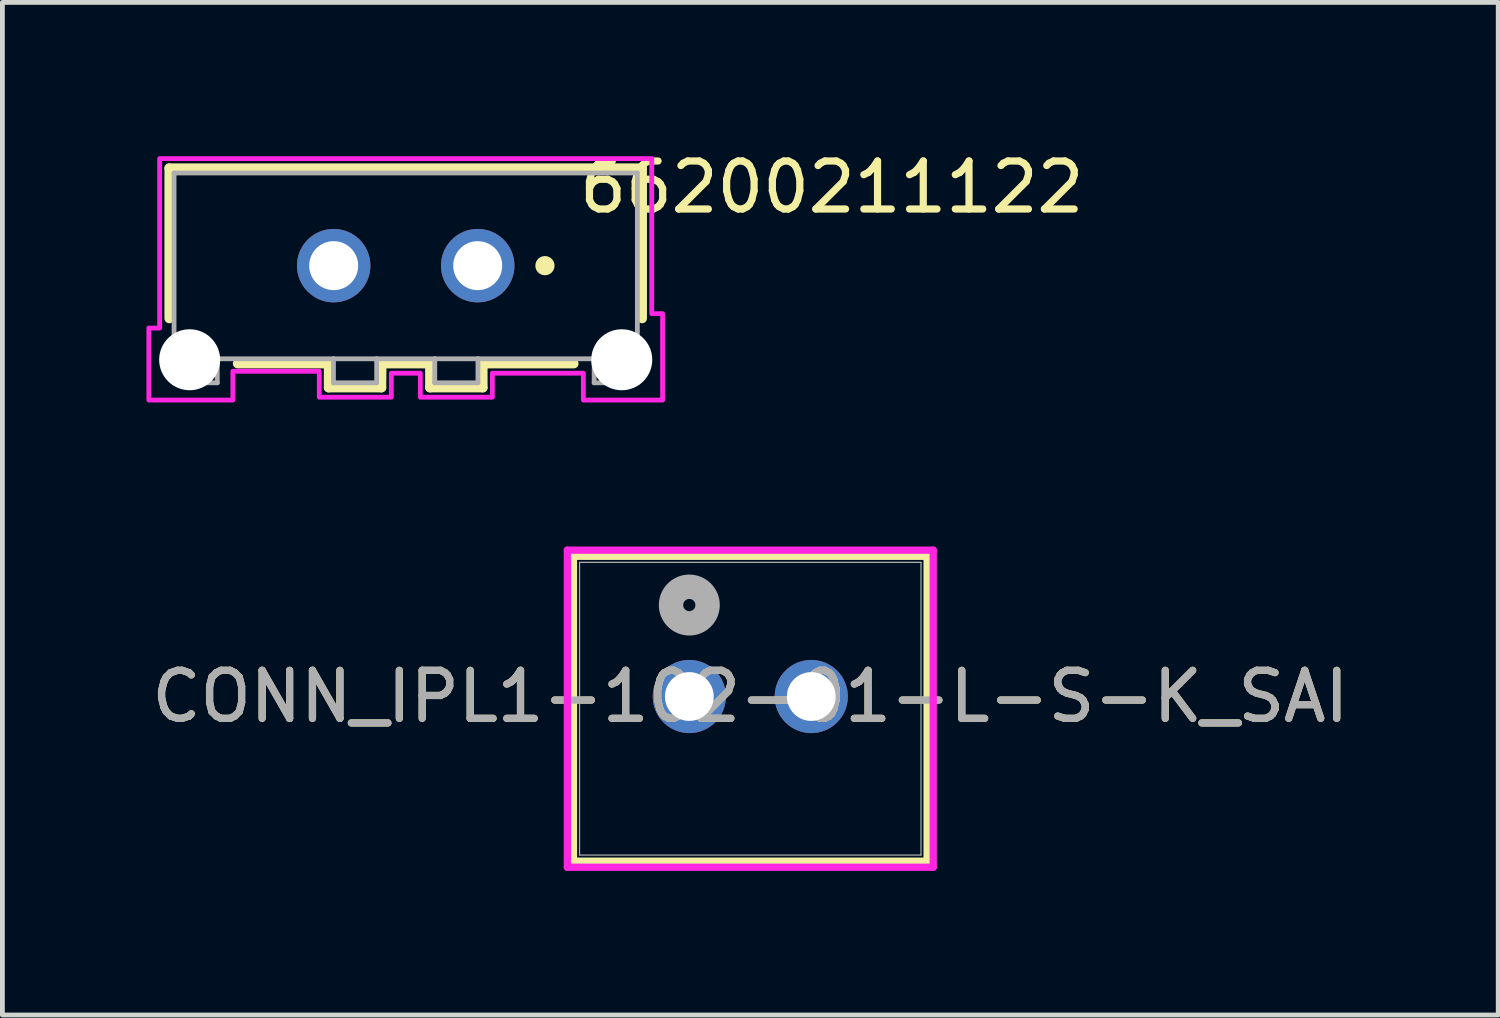
<source format=kicad_pcb>
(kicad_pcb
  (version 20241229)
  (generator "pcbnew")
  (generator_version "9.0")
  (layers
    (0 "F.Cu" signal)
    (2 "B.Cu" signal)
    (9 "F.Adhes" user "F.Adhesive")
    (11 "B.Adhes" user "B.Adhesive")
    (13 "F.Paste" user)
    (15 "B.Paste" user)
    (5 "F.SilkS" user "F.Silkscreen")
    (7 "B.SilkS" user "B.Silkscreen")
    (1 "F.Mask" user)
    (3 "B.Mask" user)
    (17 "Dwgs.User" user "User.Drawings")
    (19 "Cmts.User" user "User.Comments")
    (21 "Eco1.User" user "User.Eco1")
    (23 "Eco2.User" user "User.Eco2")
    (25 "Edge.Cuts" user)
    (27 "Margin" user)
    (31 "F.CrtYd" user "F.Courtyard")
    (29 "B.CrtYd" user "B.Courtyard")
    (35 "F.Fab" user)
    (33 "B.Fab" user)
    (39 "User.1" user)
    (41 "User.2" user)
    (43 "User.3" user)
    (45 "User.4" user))
  (footprint "CONN_IPL1-102-01-L-S-K_SAI"
    (layer "F.Cu")
    (at 11.307 11.457)
    (property "Reference" "CONN_IPL1-102-01-L-S-K_SAI" (at 1.27 0 0) (unlocked yes) (layer "F.SilkS") (effects (font (size 1 1) (thickness 0.15))))
    (attr through_hole)
    (fp_line (start -2.413 -2.921) (end -2.413 3.429) (stroke (width 0.152) (type solid)) (layer "F.SilkS"))
    (fp_line (start -2.413 3.429) (end 4.953 3.429) (stroke (width 0.152) (type solid)) (layer "F.SilkS"))
    (fp_line (start 4.953 -2.921) (end -2.413 -2.921) (stroke (width 0.152) (type solid)) (layer "F.SilkS"))
    (fp_line (start 4.953 3.429) (end 4.953 -2.921) (stroke (width 0.152) (type solid)) (layer "F.SilkS"))
    (fp_line (start -2.54 -3.048) (end -2.54 3.556) (stroke (width 0.152) (type solid)) (layer "F.CrtYd"))
    (fp_line (start -2.54 3.556) (end 5.08 3.556) (stroke (width 0.152) (type solid)) (layer "F.CrtYd"))
    (fp_line (start 5.08 -3.048) (end -2.54 -3.048) (stroke (width 0.152) (type solid)) (layer "F.CrtYd"))
    (fp_line (start 5.08 3.556) (end 5.08 -3.048) (stroke (width 0.152) (type solid)) (layer "F.CrtYd"))
    (fp_line (start -2.286 -2.794) (end -2.286 3.302) (stroke (width 0.025) (type solid)) (layer "F.Fab"))
    (fp_line (start -2.286 3.302) (end 4.826 3.302) (stroke (width 0.025) (type solid)) (layer "F.Fab"))
    (fp_line (start 4.826 -2.794) (end -2.286 -2.794) (stroke (width 0.025) (type solid)) (layer "F.Fab"))
    (fp_line (start 4.826 3.302) (end 4.826 -2.794) (stroke (width 0.025) (type solid)) (layer "F.Fab"))
    (fp_circle (center 0 -1.905) (end 0.381 -1.905) (stroke (width 0.508) (type solid)) (fill no) (layer "F.Fab"))
    (fp_text user "${REFERENCE}" (at 1.27 0 0) (unlocked yes) (layer "F.Fab") (effects (font (size 1 1) (thickness 0.15))))
    (pad "1" thru_hole circle (at 0 0) (size 1.524 1.524) (drill 1.016) (layers "*.Cu" "*.Mask"))
    (pad "2" thru_hole circle (at 2.54 0) (size 1.524 1.524) (drill 1.016) (layers "*.Cu" "*.Mask")))
  (footprint "66200211122"
    (layer "F.Cu")
    (at 5.4 2.483)
    (property "Reference" "66200211122" (at 8.875 -1.635 0) (layer "F.SilkS") (effects (font (size 1 1) (thickness 0.15))))
    (attr through_hole)
    (fp_line (start -4.925 -2.03) (end 4.925 -2.03) (stroke (width 0.2) (type solid)) (layer "F.SilkS"))
    (fp_line (start -4.925 1.1) (end -4.925 -2.03) (stroke (width 0.2) (type solid)) (layer "F.SilkS"))
    (fp_line (start -3.5 2.04) (end -1.605 2.04) (stroke (width 0.2) (type solid)) (layer "F.SilkS"))
    (fp_line (start -1.605 2.04) (end -1.605 2.54) (stroke (width 0.2) (type solid)) (layer "F.SilkS"))
    (fp_line (start -1.605 2.54) (end -0.505 2.54) (stroke (width 0.2) (type solid)) (layer "F.SilkS"))
    (fp_line (start -0.505 2.54) (end -0.5 2.04) (stroke (width 0.2) (type solid)) (layer "F.SilkS"))
    (fp_line (start -0.5 2.04) (end 0.505 2.04) (stroke (width 0.2) (type solid)) (layer "F.SilkS"))
    (fp_line (start 0.505 2.04) (end 0.505 2.54) (stroke (width 0.2) (type solid)) (layer "F.SilkS"))
    (fp_line (start 0.505 2.54) (end 1.605 2.54) (stroke (width 0.2) (type solid)) (layer "F.SilkS"))
    (fp_line (start 1.605 2.04) (end 3.5 2.04) (stroke (width 0.2) (type solid)) (layer "F.SilkS"))
    (fp_line (start 1.605 2.54) (end 1.605 2.04) (stroke (width 0.2) (type solid)) (layer "F.SilkS"))
    (fp_line (start 4.925 -2.03) (end 4.925 1.1) (stroke (width 0.2) (type solid)) (layer "F.SilkS"))
    (fp_circle (center 2.9 0) (end 3 0) (stroke (width 0.2) (type solid)) (fill no) (layer "F.SilkS"))
    (fp_poly (pts (xy -5.125 -2.23) (xy 5.125 -2.23) (xy 5.125 1) (xy 5.35 1) (xy 5.35 2.8) (xy 3.7 2.8) (xy 3.7 2.24) (xy 1.805 2.24) (xy 1.805 2.74) (xy 0.305 2.74) (xy 0.305 2.24) (xy -0.3 2.24) (xy -0.3 2.74) (xy -1.8 2.74) (xy -1.8 2.2) (xy -3.6 2.2) (xy -3.6 2.8) (xy -5.35 2.8) (xy -5.35 1.3) (xy -5.125 1.3)) (stroke (width 0.1) (type solid)) (fill no) (layer "F.CrtYd"))
    (fp_line (start -4.825 -1.93) (end 4.825 -1.93) (stroke (width 0.1) (type solid)) (layer "F.Fab"))
    (fp_line (start -4.825 1.94) (end -4.825 -1.93) (stroke (width 0.1) (type solid)) (layer "F.Fab"))
    (fp_line (start -4.825 1.95) (end -4.825 2.44) (stroke (width 0.1) (type solid)) (layer "F.Fab"))
    (fp_line (start -4.825 2.44) (end -3.925 2.44) (stroke (width 0.1) (type solid)) (layer "F.Fab"))
    (fp_line (start -4.82 1.95) (end -4.825 1.95) (stroke (width 0.1) (type solid)) (layer "F.Fab"))
    (fp_line (start -3.925 1.94) (end -4.825 1.94) (stroke (width 0.1) (type solid)) (layer "F.Fab"))
    (fp_line (start -3.925 2.44) (end -3.925 1.94) (stroke (width 0.1) (type solid)) (layer "F.Fab"))
    (fp_line (start -1.505 1.94) (end -3.925 1.94) (stroke (width 0.1) (type solid)) (layer "F.Fab"))
    (fp_line (start -1.505 1.94) (end -1.505 2.44) (stroke (width 0.1) (type solid)) (layer "F.Fab"))
    (fp_line (start -1.505 2.44) (end -0.605 2.44) (stroke (width 0.1) (type solid)) (layer "F.Fab"))
    (fp_line (start -0.605 1.94) (end -1.505 1.94) (stroke (width 0.1) (type solid)) (layer "F.Fab"))
    (fp_line (start -0.605 2.44) (end -0.605 1.94) (stroke (width 0.1) (type solid)) (layer "F.Fab"))
    (fp_line (start 0.605 1.94) (end -0.605 1.94) (stroke (width 0.1) (type solid)) (layer "F.Fab"))
    (fp_line (start 0.605 2.44) (end 0.605 1.94) (stroke (width 0.1) (type solid)) (layer "F.Fab"))
    (fp_line (start 1.505 1.94) (end 0.605 1.94) (stroke (width 0.1) (type solid)) (layer "F.Fab"))
    (fp_line (start 1.505 1.94) (end 1.505 2.44) (stroke (width 0.1) (type solid)) (layer "F.Fab"))
    (fp_line (start 1.505 2.44) (end 0.605 2.44) (stroke (width 0.1) (type solid)) (layer "F.Fab"))
    (fp_line (start 3.925 1.94) (end 1.505 1.94) (stroke (width 0.1) (type solid)) (layer "F.Fab"))
    (fp_line (start 3.925 2.44) (end 3.925 1.94) (stroke (width 0.1) (type solid)) (layer "F.Fab"))
    (fp_line (start 4.825 -1.93) (end 4.825 1.94) (stroke (width 0.1) (type solid)) (layer "F.Fab"))
    (fp_line (start 4.825 1.94) (end 3.925 1.94) (stroke (width 0.1) (type solid)) (layer "F.Fab"))
    (fp_line (start 4.825 2) (end 4.825 2.44) (stroke (width 0.1) (type solid)) (layer "F.Fab"))
    (fp_line (start 4.825 2.44) (end 3.925 2.44) (stroke (width 0.1) (type solid)) (layer "F.Fab"))
    (pad "" np_thru_hole circle (at -4.5 1.96) (size 1.27 1.27) (drill 1.27) (layers "*.Cu" "*.Mask"))
    (pad "" np_thru_hole circle (at 4.5 1.96) (size 1.27 1.27) (drill 1.27) (layers "*.Cu" "*.Mask"))
    (pad "1" thru_hole circle (at 1.5 0) (size 1.53 1.53) (drill 1.02) (layers "*.Cu" "*.Mask"))
    (pad "2" thru_hole circle (at -1.5 0) (size 1.53 1.53) (drill 1.02) (layers "*.Cu" "*.Mask")))
  (gr_rect
    (start -3 -3)
    (end 28.155 18.09)
    (stroke (width 0.1) (type default))
    (fill no)
    (layer "Edge.Cuts")))
</source>
